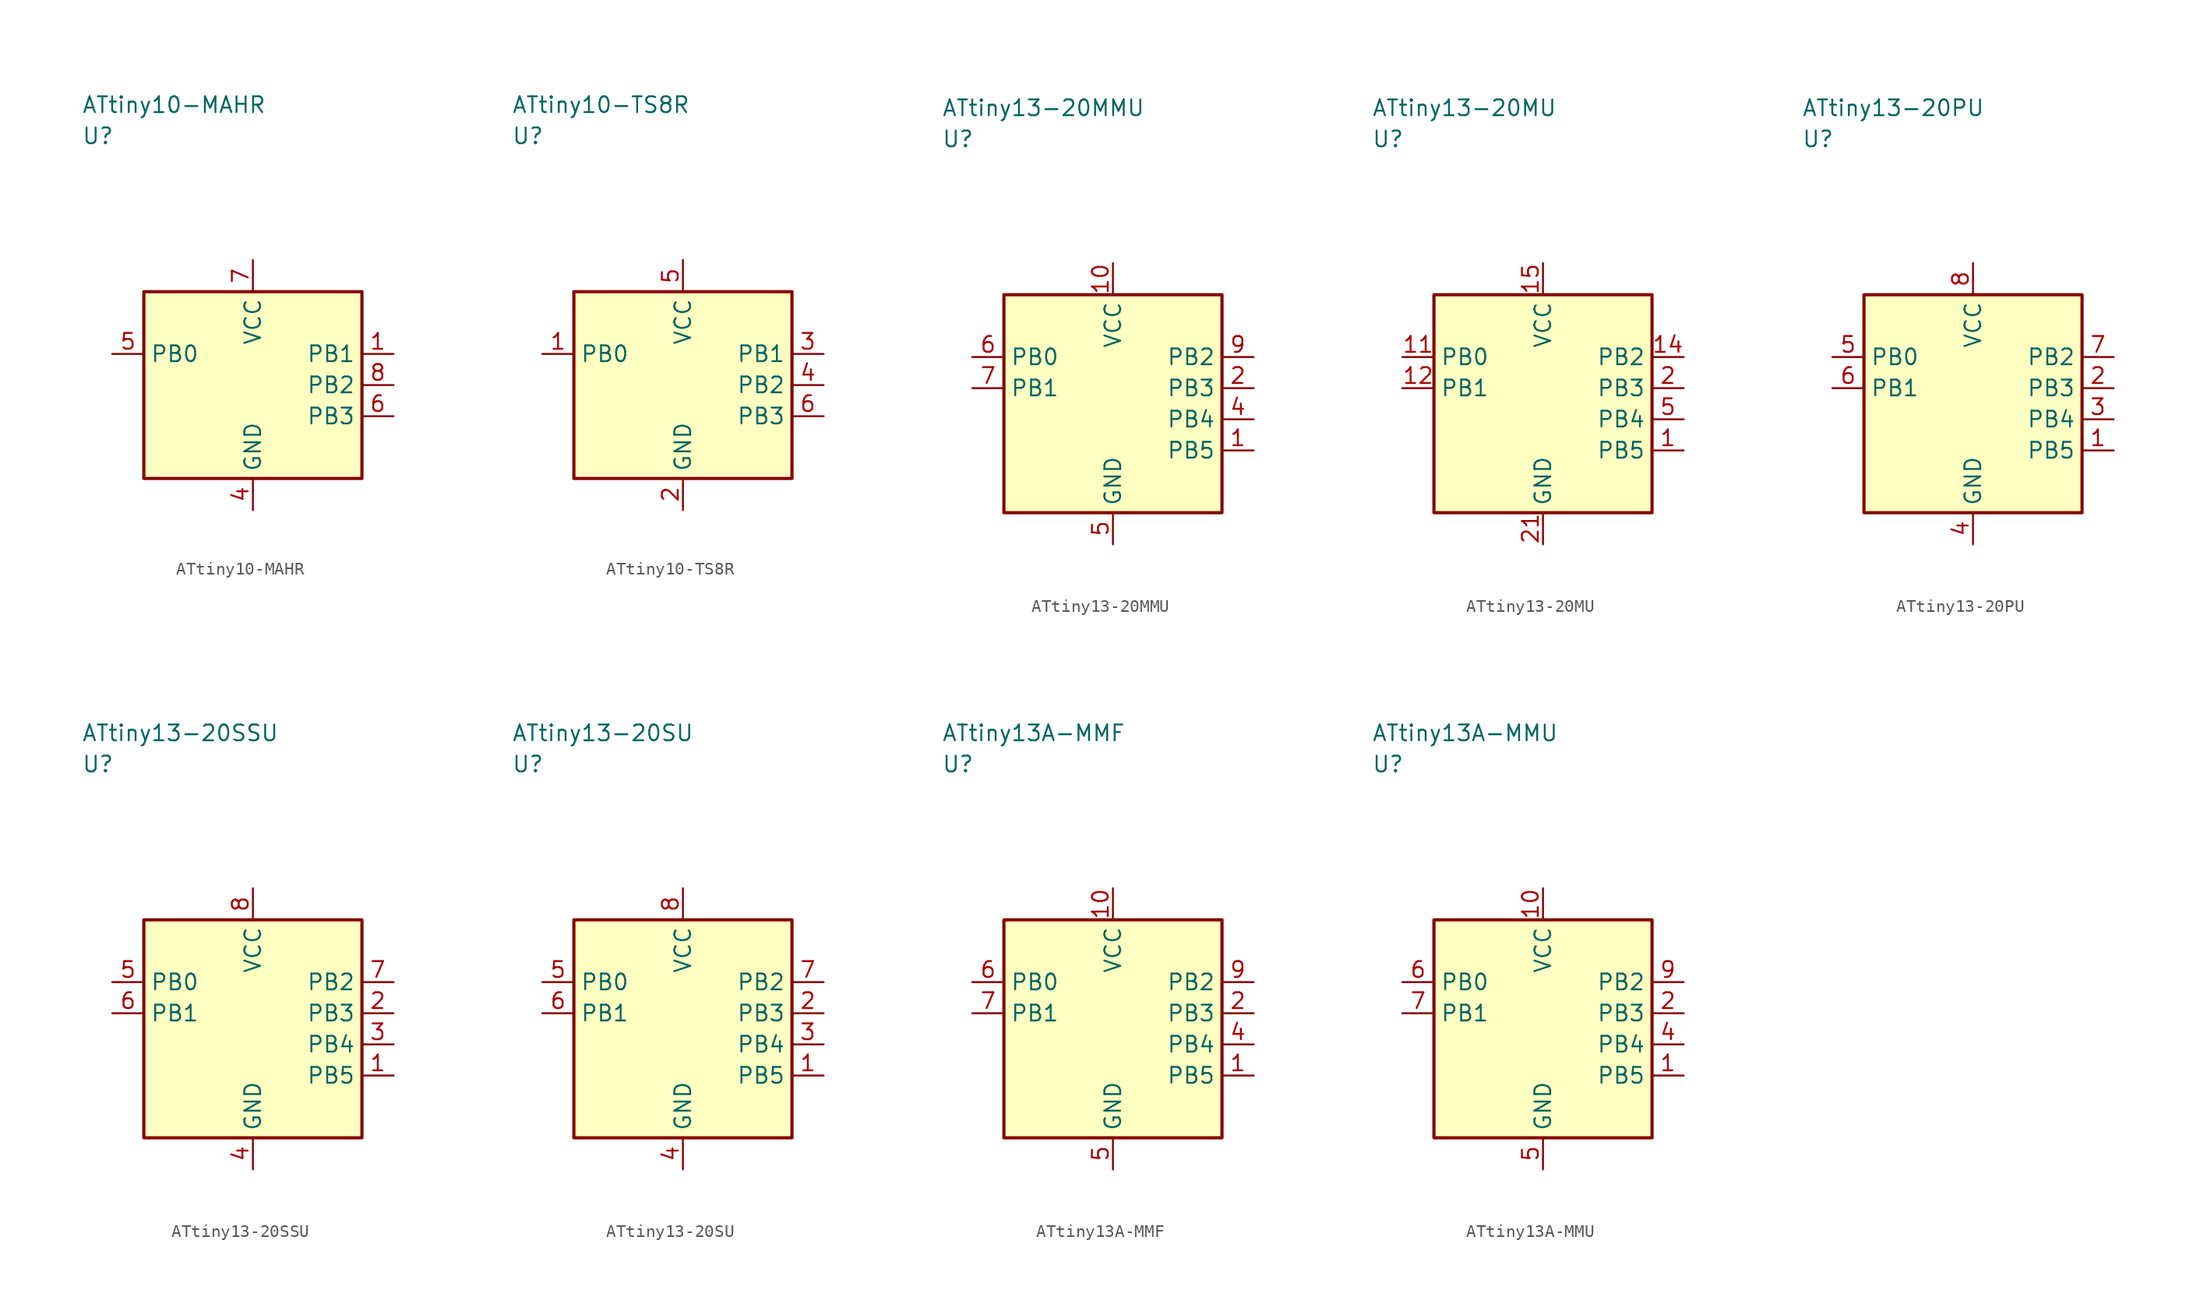
<source format=kicad_sym>
(kicad_symbol_lib
  (version 20241025)
  (generator "kicad_symbol_editor")
  (generator_version "8.0")
  (symbol "ATtiny10-MAHR"
    (property "Reference" "U"
      (at -13.75 20.0 0)
      (effects (font (size 1.27 1.27)) (justify left)))
    (property "Value" "ATtiny10-MAHR"
      (at -13.75 22.5 0)
      (effects (font (size 1.27 1.27)) (justify left)))
    (symbol "ATtiny10-MAHR_0_1"
      (rectangle (start -8.75 7.5) (end 8.75 -7.5) (stroke (width 0.254) (type default)) (fill (type background))))
    (symbol "ATtiny10-MAHR_1_1"
      (pin bidirectional line (at 11.29 2.5 180.0) (length 2.54) (name "PB1" (effects (font (size 1.27 1.27)))) (number "1" (effects (font (size 1.27 1.27)))))
      (pin passive line (at 0.0 -10.04 90.0) (length 2.54) (name "GND" (effects (font (size 1.27 1.27)))) (number "4" (effects (font (size 1.27 1.27)))))
      (pin bidirectional line (at -11.29 2.5 0.0) (length 2.54) (name "PB0" (effects (font (size 1.27 1.27)))) (number "5" (effects (font (size 1.27 1.27)))))
      (pin bidirectional line (at 11.29 -2.5 180.0) (length 2.54) (name "PB3" (effects (font (size 1.27 1.27)))) (number "6" (effects (font (size 1.27 1.27)))))
      (pin power_in line (at 0.0 10.04 270.0) (length 2.54) (name "VCC" (effects (font (size 1.27 1.27)))) (number "7" (effects (font (size 1.27 1.27)))))
      (pin bidirectional line (at 11.29 0.0 180.0) (length 2.54) (name "PB2" (effects (font (size 1.27 1.27)))) (number "8" (effects (font (size 1.27 1.27)))))))
  (symbol "ATtiny10-TS8R"
    (property "Reference" "U"
      (at -13.75 20.0 0)
      (effects (font (size 1.27 1.27)) (justify left)))
    (property "Value" "ATtiny10-TS8R"
      (at -13.75 22.5 0)
      (effects (font (size 1.27 1.27)) (justify left)))
    (symbol "ATtiny10-TS8R_0_1"
      (rectangle (start -8.75 7.5) (end 8.75 -7.5) (stroke (width 0.254) (type default)) (fill (type background))))
    (symbol "ATtiny10-TS8R_1_1"
      (pin bidirectional line (at -11.29 2.5 0.0) (length 2.54) (name "PB0" (effects (font (size 1.27 1.27)))) (number "1" (effects (font (size 1.27 1.27)))))
      (pin passive line (at 0.0 -10.04 90.0) (length 2.54) (name "GND" (effects (font (size 1.27 1.27)))) (number "2" (effects (font (size 1.27 1.27)))))
      (pin bidirectional line (at 11.29 2.5 180.0) (length 2.54) (name "PB1" (effects (font (size 1.27 1.27)))) (number "3" (effects (font (size 1.27 1.27)))))
      (pin bidirectional line (at 11.29 0.0 180.0) (length 2.54) (name "PB2" (effects (font (size 1.27 1.27)))) (number "4" (effects (font (size 1.27 1.27)))))
      (pin power_in line (at 0.0 10.04 270.0) (length 2.54) (name "VCC" (effects (font (size 1.27 1.27)))) (number "5" (effects (font (size 1.27 1.27)))))
      (pin bidirectional line (at 11.29 -2.5 180.0) (length 2.54) (name "PB3" (effects (font (size 1.27 1.27)))) (number "6" (effects (font (size 1.27 1.27)))))))
  (symbol "ATtiny13-20MMU"
    (property "Reference" "U"
      (at -13.75 21.25 0)
      (effects (font (size 1.27 1.27)) (justify left)))
    (property "Value" "ATtiny13-20MMU"
      (at -13.75 23.75 0)
      (effects (font (size 1.27 1.27)) (justify left)))
    (symbol "ATtiny13-20MMU_0_1"
      (rectangle (start -8.75 8.75) (end 8.75 -8.75) (stroke (width 0.254) (type default)) (fill (type background))))
    (symbol "ATtiny13-20MMU_1_1"
      (pin bidirectional line (at 11.29 -3.75 180.0) (length 2.54) (name "PB5" (effects (font (size 1.27 1.27)))) (number "1" (effects (font (size 1.27 1.27)))))
      (pin bidirectional line (at 11.29 1.25 180.0) (length 2.54) (name "PB3" (effects (font (size 1.27 1.27)))) (number "2" (effects (font (size 1.27 1.27)))))
      (pin bidirectional line (at 11.29 -1.25 180.0) (length 2.54) (name "PB4" (effects (font (size 1.27 1.27)))) (number "4" (effects (font (size 1.27 1.27)))))
      (pin passive line (at 0.0 -11.29 90.0) (length 2.54) (name "GND" (effects (font (size 1.27 1.27)))) (number "5" (effects (font (size 1.27 1.27)))))
      (pin bidirectional line (at -11.29 3.75 0.0) (length 2.54) (name "PB0" (effects (font (size 1.27 1.27)))) (number "6" (effects (font (size 1.27 1.27)))))
      (pin bidirectional line (at -11.29 1.25 0.0) (length 2.54) (name "PB1" (effects (font (size 1.27 1.27)))) (number "7" (effects (font (size 1.27 1.27)))))
      (pin bidirectional line (at 11.29 3.75 180.0) (length 2.54) (name "PB2" (effects (font (size 1.27 1.27)))) (number "9" (effects (font (size 1.27 1.27)))))
      (pin power_in line (at 0.0 11.29 270.0) (length 2.54) (name "VCC" (effects (font (size 1.27 1.27)))) (number "10" (effects (font (size 1.27 1.27)))))))
  (symbol "ATtiny13-20MU"
    (property "Reference" "U"
      (at -13.75 21.25 0)
      (effects (font (size 1.27 1.27)) (justify left)))
    (property "Value" "ATtiny13-20MU"
      (at -13.75 23.75 0)
      (effects (font (size 1.27 1.27)) (justify left)))
    (symbol "ATtiny13-20MU_0_1"
      (rectangle (start -8.75 8.75) (end 8.75 -8.75) (stroke (width 0.254) (type default)) (fill (type background))))
    (symbol "ATtiny13-20MU_1_1"
      (pin bidirectional line (at 11.29 -3.75 180.0) (length 2.54) (name "PB5" (effects (font (size 1.27 1.27)))) (number "1" (effects (font (size 1.27 1.27)))))
      (pin bidirectional line (at 11.29 1.25 180.0) (length 2.54) (name "PB3" (effects (font (size 1.27 1.27)))) (number "2" (effects (font (size 1.27 1.27)))))
      (pin bidirectional line (at 11.29 -1.25 180.0) (length 2.54) (name "PB4" (effects (font (size 1.27 1.27)))) (number "5" (effects (font (size 1.27 1.27)))))
      (pin bidirectional line (at -11.29 3.75 0.0) (length 2.54) (name "PB0" (effects (font (size 1.27 1.27)))) (number "11" (effects (font (size 1.27 1.27)))))
      (pin bidirectional line (at -11.29 1.25 0.0) (length 2.54) (name "PB1" (effects (font (size 1.27 1.27)))) (number "12" (effects (font (size 1.27 1.27)))))
      (pin bidirectional line (at 11.29 3.75 180.0) (length 2.54) (name "PB2" (effects (font (size 1.27 1.27)))) (number "14" (effects (font (size 1.27 1.27)))))
      (pin power_in line (at 0.0 11.29 270.0) (length 2.54) (name "VCC" (effects (font (size 1.27 1.27)))) (number "15" (effects (font (size 1.27 1.27)))))
      (pin passive line (at 0.0 -11.29 90.0) (length 2.54) (name "GND" (effects (font (size 1.27 1.27)))) (number "21" (effects (font (size 1.27 1.27)))))))
  (symbol "ATtiny13-20PU"
    (property "Reference" "U"
      (at -13.75 21.25 0)
      (effects (font (size 1.27 1.27)) (justify left)))
    (property "Value" "ATtiny13-20PU"
      (at -13.75 23.75 0)
      (effects (font (size 1.27 1.27)) (justify left)))
    (symbol "ATtiny13-20PU_0_1"
      (rectangle (start -8.75 8.75) (end 8.75 -8.75) (stroke (width 0.254) (type default)) (fill (type background))))
    (symbol "ATtiny13-20PU_1_1"
      (pin bidirectional line (at 11.29 -3.75 180.0) (length 2.54) (name "PB5" (effects (font (size 1.27 1.27)))) (number "1" (effects (font (size 1.27 1.27)))))
      (pin bidirectional line (at 11.29 1.25 180.0) (length 2.54) (name "PB3" (effects (font (size 1.27 1.27)))) (number "2" (effects (font (size 1.27 1.27)))))
      (pin bidirectional line (at 11.29 -1.25 180.0) (length 2.54) (name "PB4" (effects (font (size 1.27 1.27)))) (number "3" (effects (font (size 1.27 1.27)))))
      (pin passive line (at 0.0 -11.29 90.0) (length 2.54) (name "GND" (effects (font (size 1.27 1.27)))) (number "4" (effects (font (size 1.27 1.27)))))
      (pin bidirectional line (at -11.29 3.75 0.0) (length 2.54) (name "PB0" (effects (font (size 1.27 1.27)))) (number "5" (effects (font (size 1.27 1.27)))))
      (pin bidirectional line (at -11.29 1.25 0.0) (length 2.54) (name "PB1" (effects (font (size 1.27 1.27)))) (number "6" (effects (font (size 1.27 1.27)))))
      (pin bidirectional line (at 11.29 3.75 180.0) (length 2.54) (name "PB2" (effects (font (size 1.27 1.27)))) (number "7" (effects (font (size 1.27 1.27)))))
      (pin power_in line (at 0.0 11.29 270.0) (length 2.54) (name "VCC" (effects (font (size 1.27 1.27)))) (number "8" (effects (font (size 1.27 1.27)))))))
  (symbol "ATtiny13-20SSU"
    (property "Reference" "U"
      (at -13.75 21.25 0)
      (effects (font (size 1.27 1.27)) (justify left)))
    (property "Value" "ATtiny13-20SSU"
      (at -13.75 23.75 0)
      (effects (font (size 1.27 1.27)) (justify left)))
    (symbol "ATtiny13-20SSU_0_1"
      (rectangle (start -8.75 8.75) (end 8.75 -8.75) (stroke (width 0.254) (type default)) (fill (type background))))
    (symbol "ATtiny13-20SSU_1_1"
      (pin bidirectional line (at 11.29 -3.75 180.0) (length 2.54) (name "PB5" (effects (font (size 1.27 1.27)))) (number "1" (effects (font (size 1.27 1.27)))))
      (pin bidirectional line (at 11.29 1.25 180.0) (length 2.54) (name "PB3" (effects (font (size 1.27 1.27)))) (number "2" (effects (font (size 1.27 1.27)))))
      (pin bidirectional line (at 11.29 -1.25 180.0) (length 2.54) (name "PB4" (effects (font (size 1.27 1.27)))) (number "3" (effects (font (size 1.27 1.27)))))
      (pin passive line (at 0.0 -11.29 90.0) (length 2.54) (name "GND" (effects (font (size 1.27 1.27)))) (number "4" (effects (font (size 1.27 1.27)))))
      (pin bidirectional line (at -11.29 3.75 0.0) (length 2.54) (name "PB0" (effects (font (size 1.27 1.27)))) (number "5" (effects (font (size 1.27 1.27)))))
      (pin bidirectional line (at -11.29 1.25 0.0) (length 2.54) (name "PB1" (effects (font (size 1.27 1.27)))) (number "6" (effects (font (size 1.27 1.27)))))
      (pin bidirectional line (at 11.29 3.75 180.0) (length 2.54) (name "PB2" (effects (font (size 1.27 1.27)))) (number "7" (effects (font (size 1.27 1.27)))))
      (pin power_in line (at 0.0 11.29 270.0) (length 2.54) (name "VCC" (effects (font (size 1.27 1.27)))) (number "8" (effects (font (size 1.27 1.27)))))))
  (symbol "ATtiny13-20SU"
    (property "Reference" "U"
      (at -13.75 21.25 0)
      (effects (font (size 1.27 1.27)) (justify left)))
    (property "Value" "ATtiny13-20SU"
      (at -13.75 23.75 0)
      (effects (font (size 1.27 1.27)) (justify left)))
    (symbol "ATtiny13-20SU_0_1"
      (rectangle (start -8.75 8.75) (end 8.75 -8.75) (stroke (width 0.254) (type default)) (fill (type background))))
    (symbol "ATtiny13-20SU_1_1"
      (pin bidirectional line (at 11.29 -3.75 180.0) (length 2.54) (name "PB5" (effects (font (size 1.27 1.27)))) (number "1" (effects (font (size 1.27 1.27)))))
      (pin bidirectional line (at 11.29 1.25 180.0) (length 2.54) (name "PB3" (effects (font (size 1.27 1.27)))) (number "2" (effects (font (size 1.27 1.27)))))
      (pin bidirectional line (at 11.29 -1.25 180.0) (length 2.54) (name "PB4" (effects (font (size 1.27 1.27)))) (number "3" (effects (font (size 1.27 1.27)))))
      (pin passive line (at 0.0 -11.29 90.0) (length 2.54) (name "GND" (effects (font (size 1.27 1.27)))) (number "4" (effects (font (size 1.27 1.27)))))
      (pin bidirectional line (at -11.29 3.75 0.0) (length 2.54) (name "PB0" (effects (font (size 1.27 1.27)))) (number "5" (effects (font (size 1.27 1.27)))))
      (pin bidirectional line (at -11.29 1.25 0.0) (length 2.54) (name "PB1" (effects (font (size 1.27 1.27)))) (number "6" (effects (font (size 1.27 1.27)))))
      (pin bidirectional line (at 11.29 3.75 180.0) (length 2.54) (name "PB2" (effects (font (size 1.27 1.27)))) (number "7" (effects (font (size 1.27 1.27)))))
      (pin power_in line (at 0.0 11.29 270.0) (length 2.54) (name "VCC" (effects (font (size 1.27 1.27)))) (number "8" (effects (font (size 1.27 1.27)))))))
  (symbol "ATtiny13A-MMF"
    (property "Reference" "U"
      (at -13.75 21.25 0)
      (effects (font (size 1.27 1.27)) (justify left)))
    (property "Value" "ATtiny13A-MMF"
      (at -13.75 23.75 0)
      (effects (font (size 1.27 1.27)) (justify left)))
    (symbol "ATtiny13A-MMF_0_1"
      (rectangle (start -8.75 8.75) (end 8.75 -8.75) (stroke (width 0.254) (type default)) (fill (type background))))
    (symbol "ATtiny13A-MMF_1_1"
      (pin bidirectional line (at 11.29 -3.75 180.0) (length 2.54) (name "PB5" (effects (font (size 1.27 1.27)))) (number "1" (effects (font (size 1.27 1.27)))))
      (pin bidirectional line (at 11.29 1.25 180.0) (length 2.54) (name "PB3" (effects (font (size 1.27 1.27)))) (number "2" (effects (font (size 1.27 1.27)))))
      (pin bidirectional line (at 11.29 -1.25 180.0) (length 2.54) (name "PB4" (effects (font (size 1.27 1.27)))) (number "4" (effects (font (size 1.27 1.27)))))
      (pin passive line (at 0.0 -11.29 90.0) (length 2.54) (name "GND" (effects (font (size 1.27 1.27)))) (number "5" (effects (font (size 1.27 1.27)))))
      (pin bidirectional line (at -11.29 3.75 0.0) (length 2.54) (name "PB0" (effects (font (size 1.27 1.27)))) (number "6" (effects (font (size 1.27 1.27)))))
      (pin bidirectional line (at -11.29 1.25 0.0) (length 2.54) (name "PB1" (effects (font (size 1.27 1.27)))) (number "7" (effects (font (size 1.27 1.27)))))
      (pin bidirectional line (at 11.29 3.75 180.0) (length 2.54) (name "PB2" (effects (font (size 1.27 1.27)))) (number "9" (effects (font (size 1.27 1.27)))))
      (pin power_in line (at 0.0 11.29 270.0) (length 2.54) (name "VCC" (effects (font (size 1.27 1.27)))) (number "10" (effects (font (size 1.27 1.27)))))))
  (symbol "ATtiny13A-MMU"
    (property "Reference" "U"
      (at -13.75 21.25 0)
      (effects (font (size 1.27 1.27)) (justify left)))
    (property "Value" "ATtiny13A-MMU"
      (at -13.75 23.75 0)
      (effects (font (size 1.27 1.27)) (justify left)))
    (symbol "ATtiny13A-MMU_0_1"
      (rectangle (start -8.75 8.75) (end 8.75 -8.75) (stroke (width 0.254) (type default)) (fill (type background))))
    (symbol "ATtiny13A-MMU_1_1"
      (pin bidirectional line (at 11.29 -3.75 180.0) (length 2.54) (name "PB5" (effects (font (size 1.27 1.27)))) (number "1" (effects (font (size 1.27 1.27)))))
      (pin bidirectional line (at 11.29 1.25 180.0) (length 2.54) (name "PB3" (effects (font (size 1.27 1.27)))) (number "2" (effects (font (size 1.27 1.27)))))
      (pin bidirectional line (at 11.29 -1.25 180.0) (length 2.54) (name "PB4" (effects (font (size 1.27 1.27)))) (number "4" (effects (font (size 1.27 1.27)))))
      (pin passive line (at 0.0 -11.29 90.0) (length 2.54) (name "GND" (effects (font (size 1.27 1.27)))) (number "5" (effects (font (size 1.27 1.27)))))
      (pin bidirectional line (at -11.29 3.75 0.0) (length 2.54) (name "PB0" (effects (font (size 1.27 1.27)))) (number "6" (effects (font (size 1.27 1.27)))))
      (pin bidirectional line (at -11.29 1.25 0.0) (length 2.54) (name "PB1" (effects (font (size 1.27 1.27)))) (number "7" (effects (font (size 1.27 1.27)))))
      (pin bidirectional line (at 11.29 3.75 180.0) (length 2.54) (name "PB2" (effects (font (size 1.27 1.27)))) (number "9" (effects (font (size 1.27 1.27)))))
      (pin power_in line (at 0.0 11.29 270.0) (length 2.54) (name "VCC" (effects (font (size 1.27 1.27)))) (number "10" (effects (font (size 1.27 1.27))))))))
</source>
